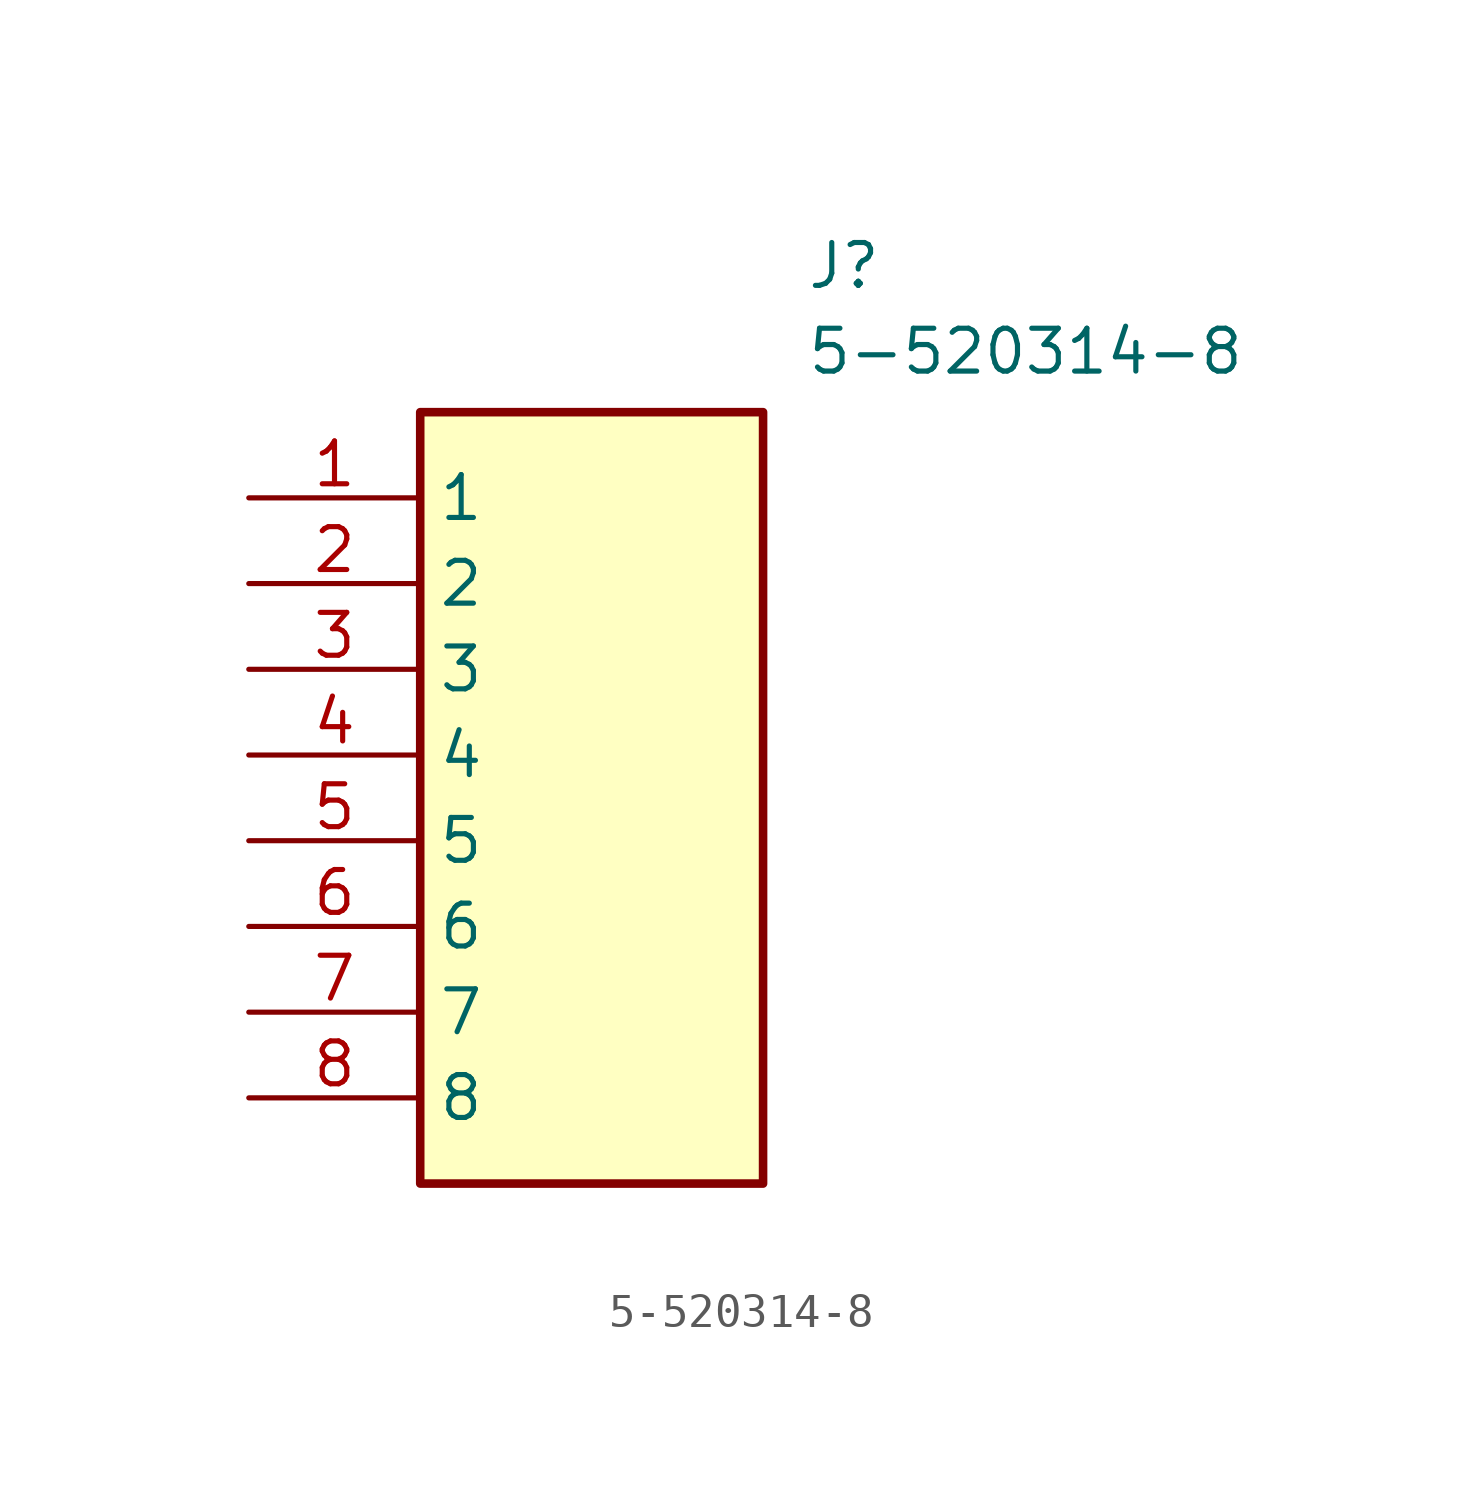
<source format=kicad_sym>
(kicad_symbol_lib
  (version 20211014)
  (generator SamacSys_ECAD_Model)
  (symbol "5-520314-8"
    (property "Reference" "J"
      (at 16.51 7.62 0)
      (effects (font (size 1.27 1.27)) (justify left top)))
    (property "Value" "5-520314-8"
      (at 16.51 5.08 0)
      (effects (font (size 1.27 1.27)) (justify left top)))
    (rectangle
      (start 5.08 2.54)
      (end 15.24 -20.32)
      (stroke (width 0.254) (type default))
      (fill (type background)))
    (pin passive line
      (at 0 0 0)
      (length 5.08)
      (name "1" (effects (font (size 1.27 1.27))))
      (number "1" (effects (font (size 1.27 1.27)))))
    (pin passive line
      (at 0 -2.54 0)
      (length 5.08)
      (name "2" (effects (font (size 1.27 1.27))))
      (number "2" (effects (font (size 1.27 1.27)))))
    (pin passive line
      (at 0 -5.08 0)
      (length 5.08)
      (name "3" (effects (font (size 1.27 1.27))))
      (number "3" (effects (font (size 1.27 1.27)))))
    (pin passive line
      (at 0 -7.62 0)
      (length 5.08)
      (name "4" (effects (font (size 1.27 1.27))))
      (number "4" (effects (font (size 1.27 1.27)))))
    (pin passive line
      (at 0 -10.16 0)
      (length 5.08)
      (name "5" (effects (font (size 1.27 1.27))))
      (number "5" (effects (font (size 1.27 1.27)))))
    (pin passive line
      (at 0 -12.7 0)
      (length 5.08)
      (name "6" (effects (font (size 1.27 1.27))))
      (number "6" (effects (font (size 1.27 1.27)))))
    (pin passive line
      (at 0 -15.24 0)
      (length 5.08)
      (name "7" (effects (font (size 1.27 1.27))))
      (number "7" (effects (font (size 1.27 1.27)))))
    (pin passive line
      (at 0 -17.78 0)
      (length 5.08)
      (name "8" (effects (font (size 1.27 1.27))))
      (number "8" (effects (font (size 1.27 1.27)))))))
</source>
